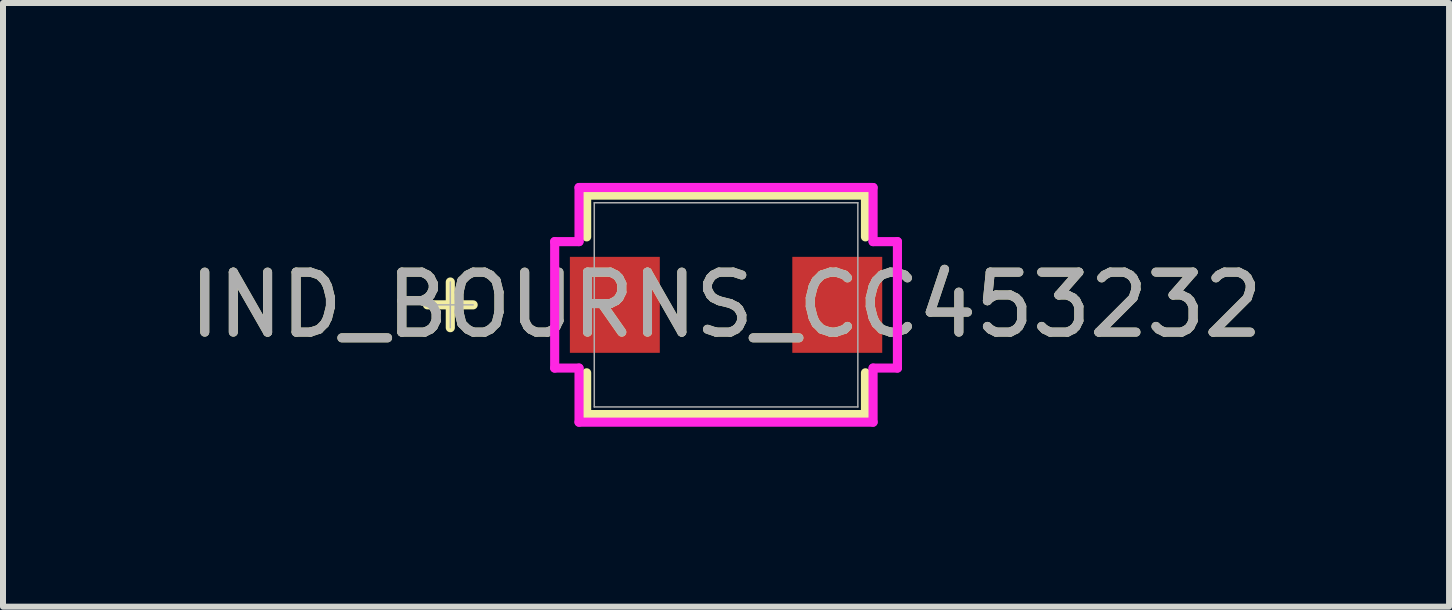
<source format=kicad_pcb>
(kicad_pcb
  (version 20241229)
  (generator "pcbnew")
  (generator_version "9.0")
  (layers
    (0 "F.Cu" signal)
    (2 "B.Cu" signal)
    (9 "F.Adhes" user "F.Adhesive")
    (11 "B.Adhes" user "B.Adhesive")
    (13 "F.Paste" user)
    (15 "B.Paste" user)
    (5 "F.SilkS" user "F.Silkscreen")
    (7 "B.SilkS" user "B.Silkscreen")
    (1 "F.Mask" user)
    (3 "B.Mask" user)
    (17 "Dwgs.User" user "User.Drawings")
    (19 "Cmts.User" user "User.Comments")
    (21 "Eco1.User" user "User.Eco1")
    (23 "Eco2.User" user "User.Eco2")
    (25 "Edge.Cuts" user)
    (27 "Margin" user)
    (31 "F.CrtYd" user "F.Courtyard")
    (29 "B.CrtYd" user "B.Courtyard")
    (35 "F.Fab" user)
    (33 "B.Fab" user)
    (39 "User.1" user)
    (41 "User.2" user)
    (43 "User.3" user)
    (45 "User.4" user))
  (footprint "IND_BOURNS_CC453232"
    (layer "F.Cu")
    (at 9.054 2.032)
    (property "Reference" "IND_BOURNS_CC453232" (at 0 0 0) (unlocked yes) (layer "F.SilkS") (effects (font (size 1 1) (thickness 0.15))))
    (attr smd)
    (fp_line (start -4.597 -0.381) (end -4.597 0.381) (stroke (width 0.152) (type solid)) (layer "F.SilkS"))
    (fp_line (start -4.216 0) (end -4.978 0) (stroke (width 0.152) (type solid)) (layer "F.SilkS"))
    (fp_line (start -2.324 -1.829) (end -2.324 -1.133) (stroke (width 0.152) (type solid)) (layer "F.SilkS"))
    (fp_line (start -2.324 1.133) (end -2.324 1.829) (stroke (width 0.152) (type solid)) (layer "F.SilkS"))
    (fp_line (start -2.324 1.829) (end 2.324 1.829) (stroke (width 0.152) (type solid)) (layer "F.SilkS"))
    (fp_line (start 2.324 -1.829) (end -2.324 -1.829) (stroke (width 0.152) (type solid)) (layer "F.SilkS"))
    (fp_line (start 2.324 -1.133) (end 2.324 -1.829) (stroke (width 0.152) (type solid)) (layer "F.SilkS"))
    (fp_line (start 2.324 1.829) (end 2.324 1.133) (stroke (width 0.152) (type solid)) (layer "F.SilkS"))
    (fp_line (start -2.857 -1.054) (end -2.451 -1.054) (stroke (width 0.152) (type solid)) (layer "F.CrtYd"))
    (fp_line (start -2.857 1.054) (end -2.857 -1.054) (stroke (width 0.152) (type solid)) (layer "F.CrtYd"))
    (fp_line (start -2.451 -1.956) (end 2.451 -1.956) (stroke (width 0.152) (type solid)) (layer "F.CrtYd"))
    (fp_line (start -2.451 -1.054) (end -2.451 -1.956) (stroke (width 0.152) (type solid)) (layer "F.CrtYd"))
    (fp_line (start -2.451 1.054) (end -2.857 1.054) (stroke (width 0.152) (type solid)) (layer "F.CrtYd"))
    (fp_line (start -2.451 1.956) (end -2.451 1.054) (stroke (width 0.152) (type solid)) (layer "F.CrtYd"))
    (fp_line (start 2.451 -1.956) (end 2.451 -1.054) (stroke (width 0.152) (type solid)) (layer "F.CrtYd"))
    (fp_line (start 2.451 -1.054) (end 2.857 -1.054) (stroke (width 0.152) (type solid)) (layer "F.CrtYd"))
    (fp_line (start 2.451 1.054) (end 2.451 1.956) (stroke (width 0.152) (type solid)) (layer "F.CrtYd"))
    (fp_line (start 2.451 1.956) (end -2.451 1.956) (stroke (width 0.152) (type solid)) (layer "F.CrtYd"))
    (fp_line (start 2.857 -1.054) (end 2.857 1.054) (stroke (width 0.152) (type solid)) (layer "F.CrtYd"))
    (fp_line (start 2.857 1.054) (end 2.451 1.054) (stroke (width 0.152) (type solid)) (layer "F.CrtYd"))
    (fp_line (start -4.597 -0.381) (end -4.597 0.381) (stroke (width 0.025) (type solid)) (layer "F.Fab"))
    (fp_line (start -4.216 0) (end -4.978 0) (stroke (width 0.025) (type solid)) (layer "F.Fab"))
    (fp_line (start -2.197 -1.702) (end -2.197 1.702) (stroke (width 0.025) (type solid)) (layer "F.Fab"))
    (fp_line (start -2.197 1.702) (end 2.197 1.702) (stroke (width 0.025) (type solid)) (layer "F.Fab"))
    (fp_line (start 2.197 -1.702) (end -2.197 -1.702) (stroke (width 0.025) (type solid)) (layer "F.Fab"))
    (fp_line (start 2.197 1.702) (end 2.197 -1.702) (stroke (width 0.025) (type solid)) (layer "F.Fab"))
    (fp_text user "${REFERENCE}" (at 0 0 0) (unlocked yes) (layer "F.Fab") (effects (font (size 1 1) (thickness 0.15))))
    (pad "1" smd rect (at -1.854 0) (size 1.499 1.6) (layers "F.Cu" "F.Mask" "F.Paste"))
    (pad "2" smd rect (at 1.854 0) (size 1.499 1.6) (layers "F.Cu" "F.Mask" "F.Paste"))
    (zone (net_name "") (layer "F.Cu") (hatch full 0.508) (connect_pads) (min_thickness 0.254) (filled_areas_thickness no) (keepout (tracks not_allowed) (vias not_allowed) (pads allowed) (copperpour not_allowed) (footprints allowed)) (placement (enabled no)) (fill) (polygon (pts (xy 6.907 0.381) (xy 11.2 0.381) (xy 11.2 1.181) (xy 6.907 1.181))))
    (zone (net_name "") (layer "F.Cu") (hatch full 0.508) (connect_pads) (min_thickness 0.254) (filled_areas_thickness no) (keepout (tracks not_allowed) (vias not_allowed) (pads allowed) (copperpour not_allowed) (footprints allowed)) (placement (enabled no)) (fill) (polygon (pts (xy 6.907 2.883) (xy 11.2 2.883) (xy 11.2 3.683) (xy 6.907 3.683))))
    (zone (net_name "") (layer "F.Cu") (hatch full 0.508) (connect_pads) (min_thickness 0.254) (filled_areas_thickness no) (keepout (tracks not_allowed) (vias not_allowed) (pads allowed) (copperpour not_allowed) (footprints allowed)) (placement (enabled no)) (fill) (polygon (pts (xy 7.745 1.181) (xy 10.362 1.181) (xy 10.362 2.883) (xy 7.745 2.883)))))
  (gr_rect
    (start -3 -3)
    (end 21.107 7.064)
    (stroke (width 0.1) (type default))
    (fill no)
    (layer "Edge.Cuts")))
</source>
